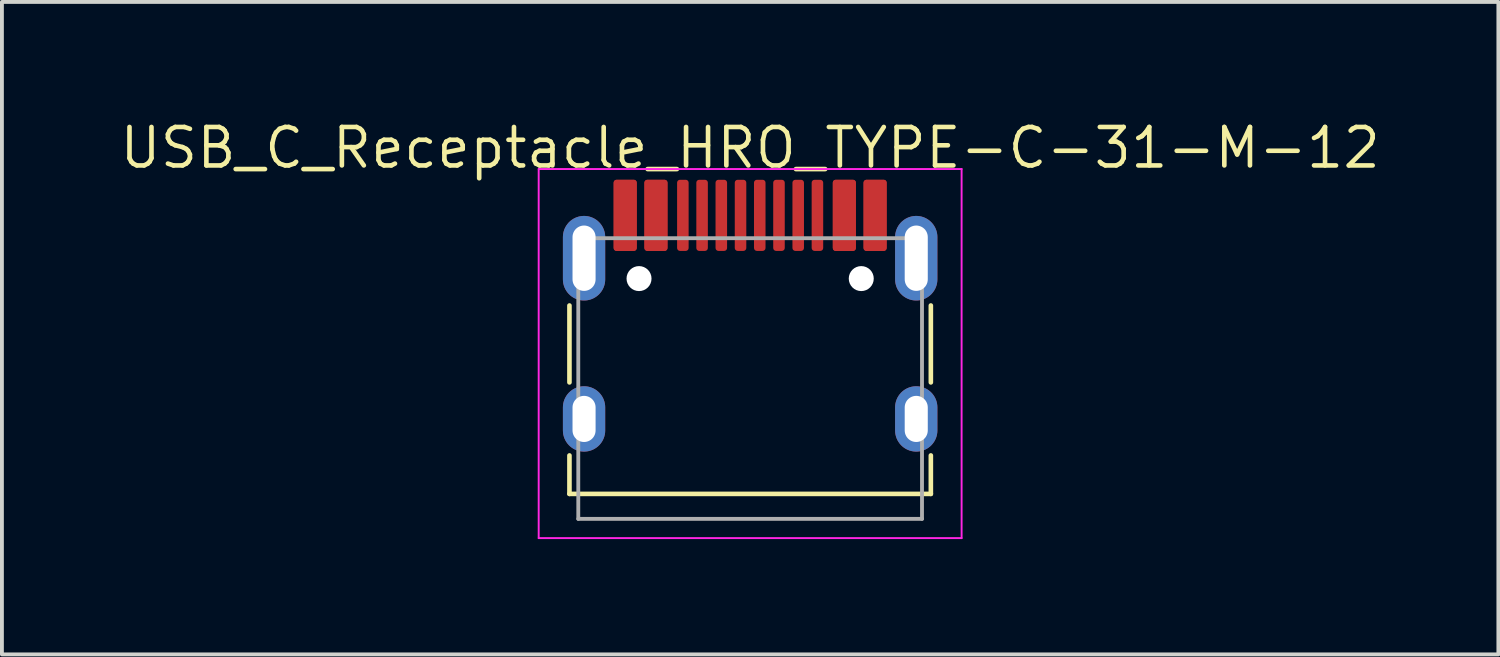
<source format=kicad_pcb>
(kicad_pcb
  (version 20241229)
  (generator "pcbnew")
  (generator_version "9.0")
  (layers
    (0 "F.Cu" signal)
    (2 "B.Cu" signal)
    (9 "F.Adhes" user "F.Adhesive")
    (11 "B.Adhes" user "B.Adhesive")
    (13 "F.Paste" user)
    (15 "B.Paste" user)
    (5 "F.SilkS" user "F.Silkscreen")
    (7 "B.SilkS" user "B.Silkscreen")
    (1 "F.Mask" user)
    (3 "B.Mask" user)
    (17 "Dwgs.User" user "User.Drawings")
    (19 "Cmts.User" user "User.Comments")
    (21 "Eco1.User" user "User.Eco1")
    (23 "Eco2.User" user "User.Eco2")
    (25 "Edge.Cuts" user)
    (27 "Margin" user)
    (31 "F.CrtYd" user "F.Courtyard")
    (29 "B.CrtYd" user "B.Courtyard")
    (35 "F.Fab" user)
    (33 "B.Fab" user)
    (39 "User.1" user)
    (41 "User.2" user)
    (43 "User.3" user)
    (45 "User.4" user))
  (footprint "USB_C_Receptacle_HRO_TYPE-C-31-M-12"
    (layer "F.Cu")
    (at 16.461 6.796)
    (property "Reference" "USB_C_Receptacle_HRO_TYPE-C-31-M-12" (at 0 -6 0) (layer "F.SilkS") (effects (font (size 1 1) (thickness 0.12))))
    (attr smd)
    (fp_line (start -4.7 -1.9) (end -4.7 0.1) (stroke (width 0.12) (type solid)) (layer "F.SilkS"))
    (fp_line (start -4.7 2) (end -4.7 3) (stroke (width 0.12) (type solid)) (layer "F.SilkS"))
    (fp_line (start -4.7 3) (end 4.7 3) (stroke (width 0.12) (type solid)) (layer "F.SilkS"))
    (fp_line (start 4.7 -1.9) (end 4.7 0.1) (stroke (width 0.12) (type solid)) (layer "F.SilkS"))
    (fp_line (start 4.7 2) (end 4.7 3) (stroke (width 0.12) (type solid)) (layer "F.SilkS"))
    (fp_poly (pts (xy -5.3 -4.6) (xy -5.3 -1.6) (xy -4.3 -1.6) (xy -4.3 -2.27) (xy -4.44 -2.27) (xy -4.62 -2.45) (xy -4.62 -3.81) (xy -4.45 -3.98) (xy -4.3 -3.98) (xy -4.3 -4.6)) (stroke (width 0) (type solid)) (fill yes) (layer "F.Paste"))
    (fp_poly (pts (xy -4.3 -0.2) (xy -5.3 -0.2) (xy -5.3 2.3) (xy -4.3 2.3) (xy -4.3 1.65) (xy -4.45 1.65) (xy -4.62 1.48) (xy -4.62 0.62) (xy -4.45 0.45) (xy -4.3 0.45)) (stroke (width 0) (type solid)) (fill yes) (layer "F.Paste"))
    (fp_poly (pts (xy 4.3 -0.2) (xy 5.3 -0.2) (xy 5.3 2.3) (xy 4.3 2.3) (xy 4.3 1.65) (xy 4.45 1.65) (xy 4.62 1.48) (xy 4.62 0.62) (xy 4.45 0.45) (xy 4.3 0.45)) (stroke (width 0) (type solid)) (fill yes) (layer "F.Paste"))
    (fp_poly (pts (xy 5.3 -4.6) (xy 5.3 -1.6) (xy 4.3 -1.6) (xy 4.3 -2.27) (xy 4.44 -2.27) (xy 4.62 -2.45) (xy 4.62 -3.81) (xy 4.45 -3.98) (xy 4.3 -3.98) (xy 4.3 -4.6)) (stroke (width 0) (type solid)) (fill yes) (layer "F.Paste"))
    (fp_line (start -5.5 -5.45) (end -5.5 4.15) (stroke (width 0.05) (type solid)) (layer "F.CrtYd"))
    (fp_line (start -5.5 -5.45) (end 5.5 -5.45) (stroke (width 0.05) (type solid)) (layer "F.CrtYd"))
    (fp_line (start -5.5 4.15) (end 5.5 4.15) (stroke (width 0.05) (type solid)) (layer "F.CrtYd"))
    (fp_line (start 5.5 -5.45) (end 5.5 4.15) (stroke (width 0.05) (type solid)) (layer "F.CrtYd"))
    (fp_line (start -4.47 -3.65) (end -4.47 3.65) (stroke (width 0.1) (type solid)) (layer "F.Fab"))
    (fp_line (start -4.47 -3.65) (end 4.47 -3.65) (stroke (width 0.1) (type solid)) (layer "F.Fab"))
    (fp_line (start -4.47 3.65) (end 4.47 3.65) (stroke (width 0.1) (type solid)) (layer "F.Fab"))
    (fp_line (start 4.47 -3.65) (end 4.47 3.65) (stroke (width 0.1) (type solid)) (layer "F.Fab"))
    (pad "" smd roundrect (at -3.25 -4.045) (size 0.6 1.45) (layers "F.Paste") (roundrect_rratio 0.125))
    (pad "" np_thru_hole circle (at -2.89 -2.6) (size 0.65 0.65) (drill 0.65) (layers "*.Cu" "*.Mask"))
    (pad "" smd roundrect (at -2.45 -4.045) (size 0.6 1.45) (layers "F.Paste") (roundrect_rratio 0.125))
    (pad "" smd roundrect (at -1.75 -4.045) (size 0.3 1.45) (layers "F.Paste") (roundrect_rratio 0.25))
    (pad "" smd roundrect (at -1.25 -4.045) (size 0.3 1.45) (layers "F.Paste") (roundrect_rratio 0.25))
    (pad "" smd roundrect (at -0.75 -4.045) (size 0.3 1.45) (layers "F.Paste") (roundrect_rratio 0.25))
    (pad "" smd roundrect (at -0.25 -4.045) (size 0.3 1.45) (layers "F.Paste") (roundrect_rratio 0.25))
    (pad "" smd roundrect (at 0.25 -4.045) (size 0.3 1.45) (layers "F.Paste") (roundrect_rratio 0.25))
    (pad "" smd roundrect (at 0.75 -4.045) (size 0.3 1.45) (layers "F.Paste") (roundrect_rratio 0.25))
    (pad "" smd roundrect (at 1.25 -4.045) (size 0.3 1.45) (layers "F.Paste") (roundrect_rratio 0.25))
    (pad "" smd roundrect (at 1.75 -4.045) (size 0.3 1.45) (layers "F.Paste") (roundrect_rratio 0.25))
    (pad "" smd roundrect (at 2.45 -4.045) (size 0.6 1.45) (layers "F.Paste") (roundrect_rratio 0.125))
    (pad "" np_thru_hole circle (at 2.89 -2.6) (size 0.65 0.65) (drill 0.65) (layers "*.Cu" "*.Mask"))
    (pad "" smd roundrect (at 3.25 -4.045) (size 0.6 1.45) (layers "F.Paste") (roundrect_rratio 0.125))
    (pad "A1" smd roundrect (at -3.25 -4.245) (size 0.6 1.85) (layers "F.Cu" "F.Mask") (roundrect_rratio 0.125))
    (pad "A4" smd roundrect (at -2.45 -4.245) (size 0.6 1.85) (layers "F.Cu" "F.Mask") (roundrect_rratio 0.125))
    (pad "A5" smd roundrect (at -1.25 -4.245) (size 0.3 1.85) (layers "F.Cu" "F.Mask") (roundrect_rratio 0.25))
    (pad "A6" smd roundrect (at -0.25 -4.245) (size 0.3 1.85) (layers "F.Cu" "F.Mask") (roundrect_rratio 0.25))
    (pad "A7" smd roundrect (at 0.25 -4.245) (size 0.3 1.85) (layers "F.Cu" "F.Mask") (roundrect_rratio 0.25))
    (pad "A8" smd roundrect (at 1.25 -4.245) (size 0.3 1.85) (layers "F.Cu" "F.Mask") (roundrect_rratio 0.25))
    (pad "A9" smd roundrect (at 2.45 -4.245) (size 0.6 1.85) (layers "F.Cu" "F.Mask") (roundrect_rratio 0.125))
    (pad "A12" smd roundrect (at 3.25 -4.245) (size 0.6 1.85) (layers "F.Cu" "F.Mask") (roundrect_rratio 0.125))
    (pad "B1" smd roundrect (at 3.25 -4.245) (size 0.6 1.85) (layers "F.Cu" "F.Mask") (roundrect_rratio 0.125))
    (pad "B4" smd roundrect (at 2.45 -4.245) (size 0.6 1.85) (layers "F.Cu" "F.Mask") (roundrect_rratio 0.125))
    (pad "B5" smd roundrect (at 1.75 -4.245) (size 0.3 1.85) (layers "F.Cu" "F.Mask") (roundrect_rratio 0.25))
    (pad "B6" smd roundrect (at 0.75 -4.245) (size 0.3 1.85) (layers "F.Cu" "F.Mask") (roundrect_rratio 0.25))
    (pad "B7" smd roundrect (at -0.75 -4.245) (size 0.3 1.85) (layers "F.Cu" "F.Mask") (roundrect_rratio 0.25))
    (pad "B8" smd roundrect (at -1.75 -4.245) (size 0.3 1.85) (layers "F.Cu" "F.Mask") (roundrect_rratio 0.25))
    (pad "B9" smd roundrect (at -2.45 -4.245) (size 0.6 1.85) (layers "F.Cu" "F.Mask") (roundrect_rratio 0.125))
    (pad "B12" smd roundrect (at -3.25 -4.245) (size 0.6 1.85) (layers "F.Cu" "F.Mask") (roundrect_rratio 0.125))
    (pad "S1" thru_hole oval (at -4.32 -3.13) (size 1.1 2.2) (drill oval 0.6 1.7) (layers "*.Cu" "*.Mask"))
    (pad "S1" thru_hole oval (at -4.32 1.05) (size 1.1 1.7) (drill oval 0.6 1.2) (layers "*.Cu" "*.Mask"))
    (pad "S1" thru_hole oval (at 4.32 -3.13) (size 1.1 2.2) (drill oval 0.6 1.7) (layers "*.Cu" "*.Mask"))
    (pad "S1" thru_hole oval (at 4.32 1.05) (size 1.1 1.7) (drill oval 0.6 1.2) (layers "*.Cu" "*.Mask")))
  (gr_rect
    (start -3 -3)
    (end 35.922 13.971)
    (stroke (width 0.1) (type default))
    (fill no)
    (layer "Edge.Cuts")))
</source>
